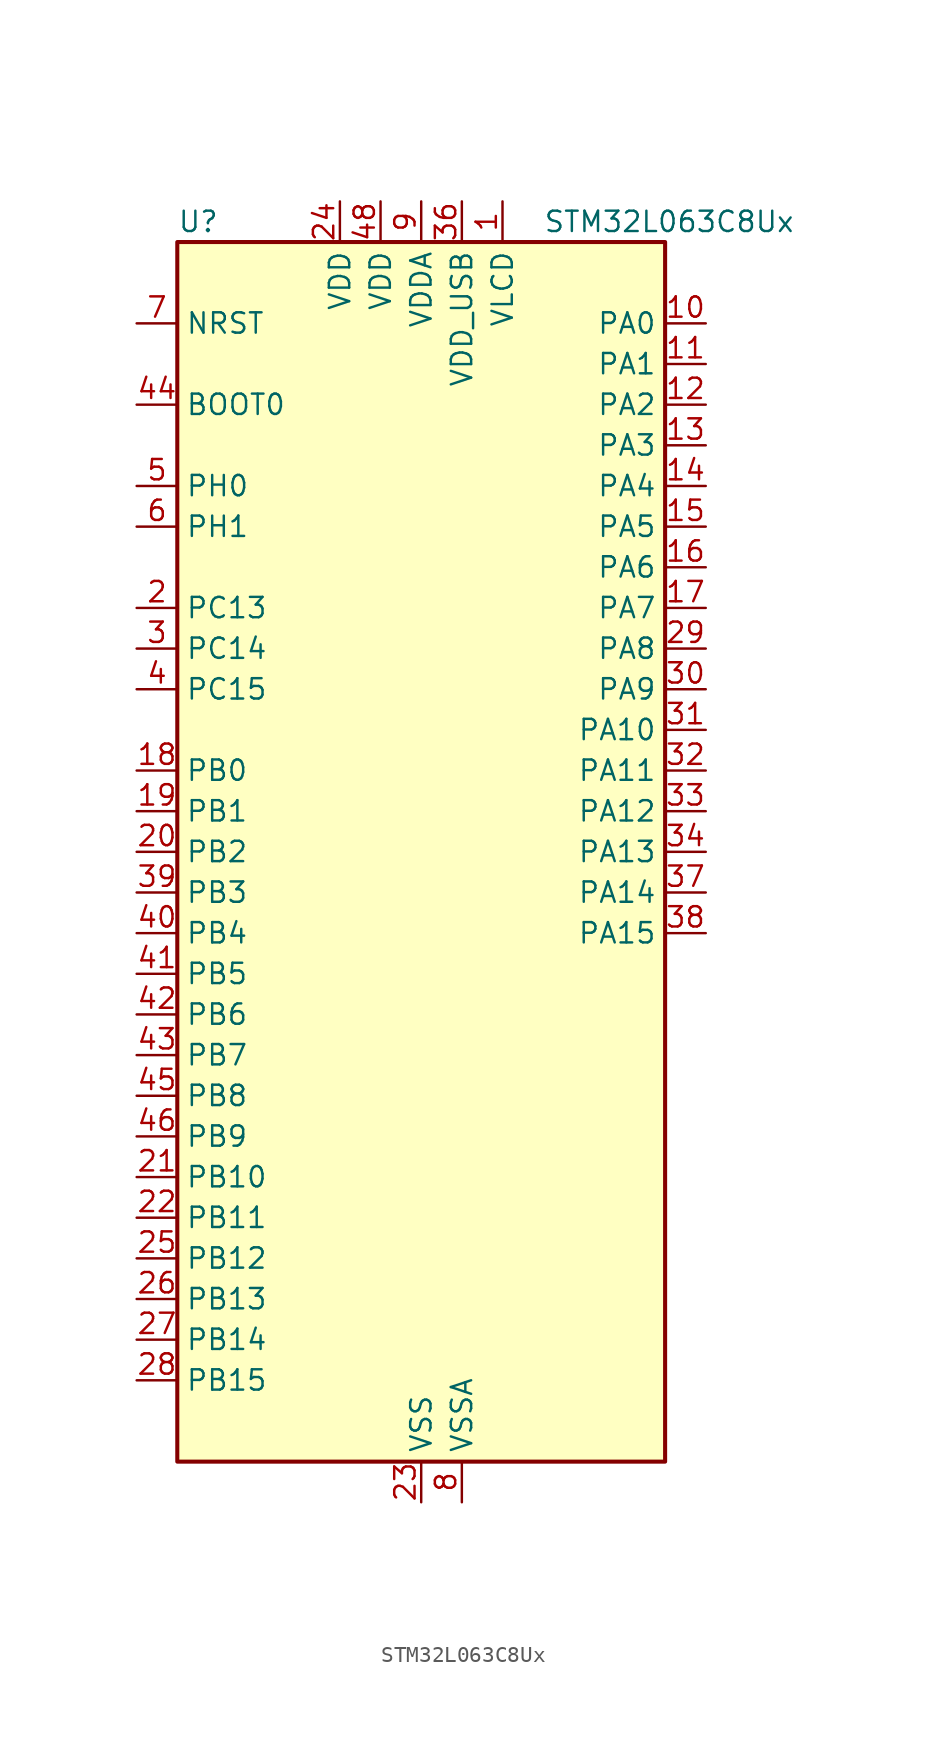
<source format=kicad_sym>
(kicad_symbol_lib
  (version 20241209)
  (generator "kicad_symbol_editor")
  (generator_version "9.0")
  (symbol "STM32L063C8Ux"
    (property "Reference" "U"
      (at -15.24 39.37 0)
      (effects (font (size 1.27 1.27)) (justify left)))
    (property "Value" "STM32L063C8Ux"
      (at 7.62 39.37 0)
      (effects (font (size 1.27 1.27)) (justify left)))
    (symbol "STM32L063C8Ux_0_1"
      (rectangle (start -15.24 -38.1) (end 15.24 38.1) (stroke (width 0.254) (type default)) (fill (type background))))
    (symbol "STM32L063C8Ux_1_1"
      (pin input line (at -17.78 33.02 0) (length 2.54) (name "NRST" (effects (font (size 1.27 1.27)))) (number "7" (effects (font (size 1.27 1.27)))))
      (pin input line (at -17.78 27.94 0) (length 2.54) (name "BOOT0" (effects (font (size 1.27 1.27)))) (number "44" (effects (font (size 1.27 1.27)))))
      (pin bidirectional line (at -17.78 22.86 0) (length 2.54) (name "PH0" (effects (font (size 1.27 1.27)))) (number "5" (effects (font (size 1.27 1.27)))) (alternate "CRS_SYNC" bidirectional line) (alternate "RCC_OSC_IN" bidirectional line))
      (pin bidirectional line (at -17.78 20.32 0) (length 2.54) (name "PH1" (effects (font (size 1.27 1.27)))) (number "6" (effects (font (size 1.27 1.27)))) (alternate "RCC_OSC_OUT" bidirectional line))
      (pin bidirectional line (at -17.78 15.24 0) (length 2.54) (name "PC13" (effects (font (size 1.27 1.27)))) (number "2" (effects (font (size 1.27 1.27)))) (alternate "RTC_OUT_ALARM" bidirectional line) (alternate "RTC_OUT_CALIB" bidirectional line) (alternate "RTC_TAMP1" bidirectional line) (alternate "RTC_TS" bidirectional line) (alternate "SYS_WKUP2" bidirectional line))
      (pin bidirectional line (at -17.78 12.7 0) (length 2.54) (name "PC14" (effects (font (size 1.27 1.27)))) (number "3" (effects (font (size 1.27 1.27)))) (alternate "RCC_OSC32_IN" bidirectional line))
      (pin bidirectional line (at -17.78 10.16 0) (length 2.54) (name "PC15" (effects (font (size 1.27 1.27)))) (number "4" (effects (font (size 1.27 1.27)))) (alternate "RCC_OSC32_OUT" bidirectional line))
      (pin bidirectional line (at -17.78 5.08 0) (length 2.54) (name "PB0" (effects (font (size 1.27 1.27)))) (number "18" (effects (font (size 1.27 1.27)))) (alternate "ADC_IN8" bidirectional line) (alternate "LCD_SEG5" bidirectional line) (alternate "LCD_VLCD3" bidirectional line) (alternate "SYS_VREF_OUT_PB0" bidirectional line) (alternate "TSC_G3_IO2" bidirectional line))
      (pin bidirectional line (at -17.78 2.54 0) (length 2.54) (name "PB1" (effects (font (size 1.27 1.27)))) (number "19" (effects (font (size 1.27 1.27)))) (alternate "ADC_IN9" bidirectional line) (alternate "LCD_SEG6" bidirectional line) (alternate "LPUART1_DE" bidirectional line) (alternate "LPUART1_RTS" bidirectional line) (alternate "SYS_VREF_OUT_PB1" bidirectional line) (alternate "TSC_G3_IO3" bidirectional line))
      (pin bidirectional line (at -17.78 0 0) (length 2.54) (name "PB2" (effects (font (size 1.27 1.27)))) (number "20" (effects (font (size 1.27 1.27)))) (alternate "LCD_VLCD2" bidirectional line) (alternate "LPTIM1_OUT" bidirectional line) (alternate "TSC_G3_IO4" bidirectional line))
      (pin bidirectional line (at -17.78 -2.54 0) (length 2.54) (name "PB3" (effects (font (size 1.27 1.27)))) (number "39" (effects (font (size 1.27 1.27)))) (alternate "COMP2_INM" bidirectional line) (alternate "LCD_SEG7" bidirectional line) (alternate "SPI1_SCK" bidirectional line) (alternate "TIM2_CH2" bidirectional line) (alternate "TSC_G5_IO1" bidirectional line))
      (pin bidirectional line (at -17.78 -5.08 0) (length 2.54) (name "PB4" (effects (font (size 1.27 1.27)))) (number "40" (effects (font (size 1.27 1.27)))) (alternate "COMP2_INP" bidirectional line) (alternate "LCD_SEG8" bidirectional line) (alternate "SPI1_MISO" bidirectional line) (alternate "TIM22_CH1" bidirectional line) (alternate "TSC_G5_IO2" bidirectional line))
      (pin bidirectional line (at -17.78 -7.62 0) (length 2.54) (name "PB5" (effects (font (size 1.27 1.27)))) (number "41" (effects (font (size 1.27 1.27)))) (alternate "COMP2_INP" bidirectional line) (alternate "I2C1_SMBA" bidirectional line) (alternate "LCD_SEG9" bidirectional line) (alternate "LPTIM1_IN1" bidirectional line) (alternate "SPI1_MOSI" bidirectional line) (alternate "TIM22_CH2" bidirectional line))
      (pin bidirectional line (at -17.78 -10.16 0) (length 2.54) (name "PB6" (effects (font (size 1.27 1.27)))) (number "42" (effects (font (size 1.27 1.27)))) (alternate "COMP2_INP" bidirectional line) (alternate "I2C1_SCL" bidirectional line) (alternate "LPTIM1_ETR" bidirectional line) (alternate "TSC_G5_IO3" bidirectional line) (alternate "USART1_TX" bidirectional line))
      (pin bidirectional line (at -17.78 -12.7 0) (length 2.54) (name "PB7" (effects (font (size 1.27 1.27)))) (number "43" (effects (font (size 1.27 1.27)))) (alternate "COMP2_INP" bidirectional line) (alternate "I2C1_SDA" bidirectional line) (alternate "LPTIM1_IN2" bidirectional line) (alternate "SYS_PVD_IN" bidirectional line) (alternate "TSC_G5_IO4" bidirectional line) (alternate "USART1_RX" bidirectional line))
      (pin bidirectional line (at -17.78 -15.24 0) (length 2.54) (name "PB8" (effects (font (size 1.27 1.27)))) (number "45" (effects (font (size 1.27 1.27)))) (alternate "I2C1_SCL" bidirectional line) (alternate "LCD_SEG16" bidirectional line) (alternate "TSC_SYNC" bidirectional line))
      (pin bidirectional line (at -17.78 -17.78 0) (length 2.54) (name "PB9" (effects (font (size 1.27 1.27)))) (number "46" (effects (font (size 1.27 1.27)))) (alternate "DAC_EXTI9" bidirectional line) (alternate "I2C1_SDA" bidirectional line) (alternate "I2S2_WS" bidirectional line) (alternate "LCD_COM3" bidirectional line) (alternate "SPI2_NSS" bidirectional line))
      (pin bidirectional line (at -17.78 -20.32 0) (length 2.54) (name "PB10" (effects (font (size 1.27 1.27)))) (number "21" (effects (font (size 1.27 1.27)))) (alternate "I2C2_SCL" bidirectional line) (alternate "LCD_SEG10" bidirectional line) (alternate "LPUART1_TX" bidirectional line) (alternate "SPI2_SCK" bidirectional line) (alternate "TIM2_CH3" bidirectional line) (alternate "TSC_SYNC" bidirectional line))
      (pin bidirectional line (at -17.78 -22.86 0) (length 2.54) (name "PB11" (effects (font (size 1.27 1.27)))) (number "22" (effects (font (size 1.27 1.27)))) (alternate "ADC_EXTI11" bidirectional line) (alternate "I2C2_SDA" bidirectional line) (alternate "LCD_SEG11" bidirectional line) (alternate "LPUART1_RX" bidirectional line) (alternate "TIM2_CH4" bidirectional line) (alternate "TSC_G6_IO1" bidirectional line))
      (pin bidirectional line (at -17.78 -25.4 0) (length 2.54) (name "PB12" (effects (font (size 1.27 1.27)))) (number "25" (effects (font (size 1.27 1.27)))) (alternate "I2S2_WS" bidirectional line) (alternate "LCD_SEG12" bidirectional line) (alternate "LCD_VLCD1" bidirectional line) (alternate "LPUART1_DE" bidirectional line) (alternate "LPUART1_RTS" bidirectional line) (alternate "SPI2_NSS" bidirectional line) (alternate "TSC_G6_IO2" bidirectional line))
      (pin bidirectional line (at -17.78 -27.94 0) (length 2.54) (name "PB13" (effects (font (size 1.27 1.27)))) (number "26" (effects (font (size 1.27 1.27)))) (alternate "I2C2_SCL" bidirectional line) (alternate "I2S2_CK" bidirectional line) (alternate "LCD_SEG13" bidirectional line) (alternate "LPUART1_CTS" bidirectional line) (alternate "SPI2_SCK" bidirectional line) (alternate "TIM21_CH1" bidirectional line) (alternate "TSC_G6_IO3" bidirectional line))
      (pin bidirectional line (at -17.78 -30.48 0) (length 2.54) (name "PB14" (effects (font (size 1.27 1.27)))) (number "27" (effects (font (size 1.27 1.27)))) (alternate "I2C2_SDA" bidirectional line) (alternate "I2S2_MCK" bidirectional line) (alternate "LCD_SEG14" bidirectional line) (alternate "LPUART1_DE" bidirectional line) (alternate "LPUART1_RTS" bidirectional line) (alternate "RTC_OUT_ALARM" bidirectional line) (alternate "RTC_OUT_CALIB" bidirectional line) (alternate "SPI2_MISO" bidirectional line) (alternate "TIM21_CH2" bidirectional line) (alternate "TSC_G6_IO4" bidirectional line))
      (pin bidirectional line (at -17.78 -33.02 0) (length 2.54) (name "PB15" (effects (font (size 1.27 1.27)))) (number "28" (effects (font (size 1.27 1.27)))) (alternate "I2S2_SD" bidirectional line) (alternate "LCD_SEG15" bidirectional line) (alternate "RTC_REFIN" bidirectional line) (alternate "SPI2_MOSI" bidirectional line))
      (pin power_in line (at -5.08 40.64 270) (length 2.54) (name "VDD" (effects (font (size 1.27 1.27)))) (number "24" (effects (font (size 1.27 1.27)))))
      (pin power_in line (at -2.54 40.64 270) (length 2.54) (name "VDD" (effects (font (size 1.27 1.27)))) (number "48" (effects (font (size 1.27 1.27)))))
      (pin power_in line (at 0 40.64 270) (length 2.54) (name "VDDA" (effects (font (size 1.27 1.27)))) (number "9" (effects (font (size 1.27 1.27)))))
      (pin power_in line (at 0 -40.64 90) (length 2.54) (name "VSS" (effects (font (size 1.27 1.27)))) (number "23" (effects (font (size 1.27 1.27)))))
      (pin passive line (at 0 -40.64 90) (length 2.54) (hide yes) (name "VSS" (effects (font (size 1.27 1.27)))) (number "35" (effects (font (size 1.27 1.27)))))
      (pin passive line (at 0 -40.64 90) (length 2.54) (hide yes) (name "VSS" (effects (font (size 1.27 1.27)))) (number "47" (effects (font (size 1.27 1.27)))))
      (pin passive line (at 0 -40.64 90) (length 2.54) (hide yes) (name "VSS" (effects (font (size 1.27 1.27)))) (number "49" (effects (font (size 1.27 1.27)))))
      (pin power_in line (at 2.54 40.64 270) (length 2.54) (name "VDD_USB" (effects (font (size 1.27 1.27)))) (number "36" (effects (font (size 1.27 1.27)))))
      (pin power_in line (at 2.54 -40.64 90) (length 2.54) (name "VSSA" (effects (font (size 1.27 1.27)))) (number "8" (effects (font (size 1.27 1.27)))))
      (pin power_in line (at 5.08 40.64 270) (length 2.54) (name "VLCD" (effects (font (size 1.27 1.27)))) (number "1" (effects (font (size 1.27 1.27)))))
      (pin bidirectional line (at 17.78 33.02 180) (length 2.54) (name "PA0" (effects (font (size 1.27 1.27)))) (number "10" (effects (font (size 1.27 1.27)))) (alternate "ADC_IN0" bidirectional line) (alternate "COMP1_INM" bidirectional line) (alternate "COMP1_OUT" bidirectional line) (alternate "RTC_TAMP2" bidirectional line) (alternate "SYS_WKUP1" bidirectional line) (alternate "TIM2_CH1" bidirectional line) (alternate "TIM2_ETR" bidirectional line) (alternate "TSC_G1_IO1" bidirectional line) (alternate "USART2_CTS" bidirectional line))
      (pin bidirectional line (at 17.78 30.48 180) (length 2.54) (name "PA1" (effects (font (size 1.27 1.27)))) (number "11" (effects (font (size 1.27 1.27)))) (alternate "ADC_IN1" bidirectional line) (alternate "COMP1_INP" bidirectional line) (alternate "LCD_SEG0" bidirectional line) (alternate "TIM21_ETR" bidirectional line) (alternate "TIM2_CH2" bidirectional line) (alternate "TSC_G1_IO2" bidirectional line) (alternate "USART2_DE" bidirectional line) (alternate "USART2_RTS" bidirectional line))
      (pin bidirectional line (at 17.78 27.94 180) (length 2.54) (name "PA2" (effects (font (size 1.27 1.27)))) (number "12" (effects (font (size 1.27 1.27)))) (alternate "ADC_IN2" bidirectional line) (alternate "COMP2_INM" bidirectional line) (alternate "COMP2_OUT" bidirectional line) (alternate "LCD_SEG1" bidirectional line) (alternate "TIM21_CH1" bidirectional line) (alternate "TIM2_CH3" bidirectional line) (alternate "TSC_G1_IO3" bidirectional line) (alternate "USART2_TX" bidirectional line))
      (pin bidirectional line (at 17.78 25.4 180) (length 2.54) (name "PA3" (effects (font (size 1.27 1.27)))) (number "13" (effects (font (size 1.27 1.27)))) (alternate "ADC_IN3" bidirectional line) (alternate "COMP2_INP" bidirectional line) (alternate "LCD_SEG2" bidirectional line) (alternate "TIM21_CH2" bidirectional line) (alternate "TIM2_CH4" bidirectional line) (alternate "TSC_G1_IO4" bidirectional line) (alternate "USART2_RX" bidirectional line))
      (pin bidirectional line (at 17.78 22.86 180) (length 2.54) (name "PA4" (effects (font (size 1.27 1.27)))) (number "14" (effects (font (size 1.27 1.27)))) (alternate "ADC_IN4" bidirectional line) (alternate "COMP1_INM" bidirectional line) (alternate "COMP2_INM" bidirectional line) (alternate "DAC_OUT1" bidirectional line) (alternate "SPI1_NSS" bidirectional line) (alternate "TIM22_ETR" bidirectional line) (alternate "TSC_G2_IO1" bidirectional line) (alternate "USART2_CK" bidirectional line))
      (pin bidirectional line (at 17.78 20.32 180) (length 2.54) (name "PA5" (effects (font (size 1.27 1.27)))) (number "15" (effects (font (size 1.27 1.27)))) (alternate "ADC_IN5" bidirectional line) (alternate "COMP1_INM" bidirectional line) (alternate "COMP2_INM" bidirectional line) (alternate "SPI1_SCK" bidirectional line) (alternate "TIM2_CH1" bidirectional line) (alternate "TIM2_ETR" bidirectional line) (alternate "TSC_G2_IO2" bidirectional line))
      (pin bidirectional line (at 17.78 17.78 180) (length 2.54) (name "PA6" (effects (font (size 1.27 1.27)))) (number "16" (effects (font (size 1.27 1.27)))) (alternate "ADC_IN6" bidirectional line) (alternate "COMP1_OUT" bidirectional line) (alternate "LCD_SEG3" bidirectional line) (alternate "LPUART1_CTS" bidirectional line) (alternate "SPI1_MISO" bidirectional line) (alternate "TIM22_CH1" bidirectional line) (alternate "TSC_G2_IO3" bidirectional line))
      (pin bidirectional line (at 17.78 15.24 180) (length 2.54) (name "PA7" (effects (font (size 1.27 1.27)))) (number "17" (effects (font (size 1.27 1.27)))) (alternate "ADC_IN7" bidirectional line) (alternate "COMP2_OUT" bidirectional line) (alternate "LCD_SEG4" bidirectional line) (alternate "SPI1_MOSI" bidirectional line) (alternate "TIM22_CH2" bidirectional line) (alternate "TSC_G2_IO4" bidirectional line))
      (pin bidirectional line (at 17.78 12.7 180) (length 2.54) (name "PA8" (effects (font (size 1.27 1.27)))) (number "29" (effects (font (size 1.27 1.27)))) (alternate "CRS_SYNC" bidirectional line) (alternate "LCD_COM0" bidirectional line) (alternate "RCC_MCO" bidirectional line) (alternate "USART1_CK" bidirectional line))
      (pin bidirectional line (at 17.78 10.16 180) (length 2.54) (name "PA9" (effects (font (size 1.27 1.27)))) (number "30" (effects (font (size 1.27 1.27)))) (alternate "DAC_EXTI9" bidirectional line) (alternate "LCD_COM1" bidirectional line) (alternate "RCC_MCO" bidirectional line) (alternate "TSC_G4_IO1" bidirectional line) (alternate "USART1_TX" bidirectional line))
      (pin bidirectional line (at 17.78 7.62 180) (length 2.54) (name "PA10" (effects (font (size 1.27 1.27)))) (number "31" (effects (font (size 1.27 1.27)))) (alternate "LCD_COM2" bidirectional line) (alternate "TSC_G4_IO2" bidirectional line) (alternate "USART1_RX" bidirectional line))
      (pin bidirectional line (at 17.78 5.08 180) (length 2.54) (name "PA11" (effects (font (size 1.27 1.27)))) (number "32" (effects (font (size 1.27 1.27)))) (alternate "ADC_EXTI11" bidirectional line) (alternate "COMP1_OUT" bidirectional line) (alternate "SPI1_MISO" bidirectional line) (alternate "TSC_G4_IO3" bidirectional line) (alternate "USART1_CTS" bidirectional line) (alternate "USB_DM" bidirectional line))
      (pin bidirectional line (at 17.78 2.54 180) (length 2.54) (name "PA12" (effects (font (size 1.27 1.27)))) (number "33" (effects (font (size 1.27 1.27)))) (alternate "COMP2_OUT" bidirectional line) (alternate "SPI1_MOSI" bidirectional line) (alternate "TSC_G4_IO4" bidirectional line) (alternate "USART1_DE" bidirectional line) (alternate "USART1_RTS" bidirectional line) (alternate "USB_DP" bidirectional line))
      (pin bidirectional line (at 17.78 0 180) (length 2.54) (name "PA13" (effects (font (size 1.27 1.27)))) (number "34" (effects (font (size 1.27 1.27)))) (alternate "SYS_SWDIO" bidirectional line) (alternate "USB_NOE" bidirectional line))
      (pin bidirectional line (at 17.78 -2.54 180) (length 2.54) (name "PA14" (effects (font (size 1.27 1.27)))) (number "37" (effects (font (size 1.27 1.27)))) (alternate "SYS_SWCLK" bidirectional line) (alternate "USART2_TX" bidirectional line))
      (pin bidirectional line (at 17.78 -5.08 180) (length 2.54) (name "PA15" (effects (font (size 1.27 1.27)))) (number "38" (effects (font (size 1.27 1.27)))) (alternate "LCD_SEG17" bidirectional line) (alternate "SPI1_NSS" bidirectional line) (alternate "TIM2_CH1" bidirectional line) (alternate "TIM2_ETR" bidirectional line) (alternate "USART2_RX" bidirectional line)))))
</source>
